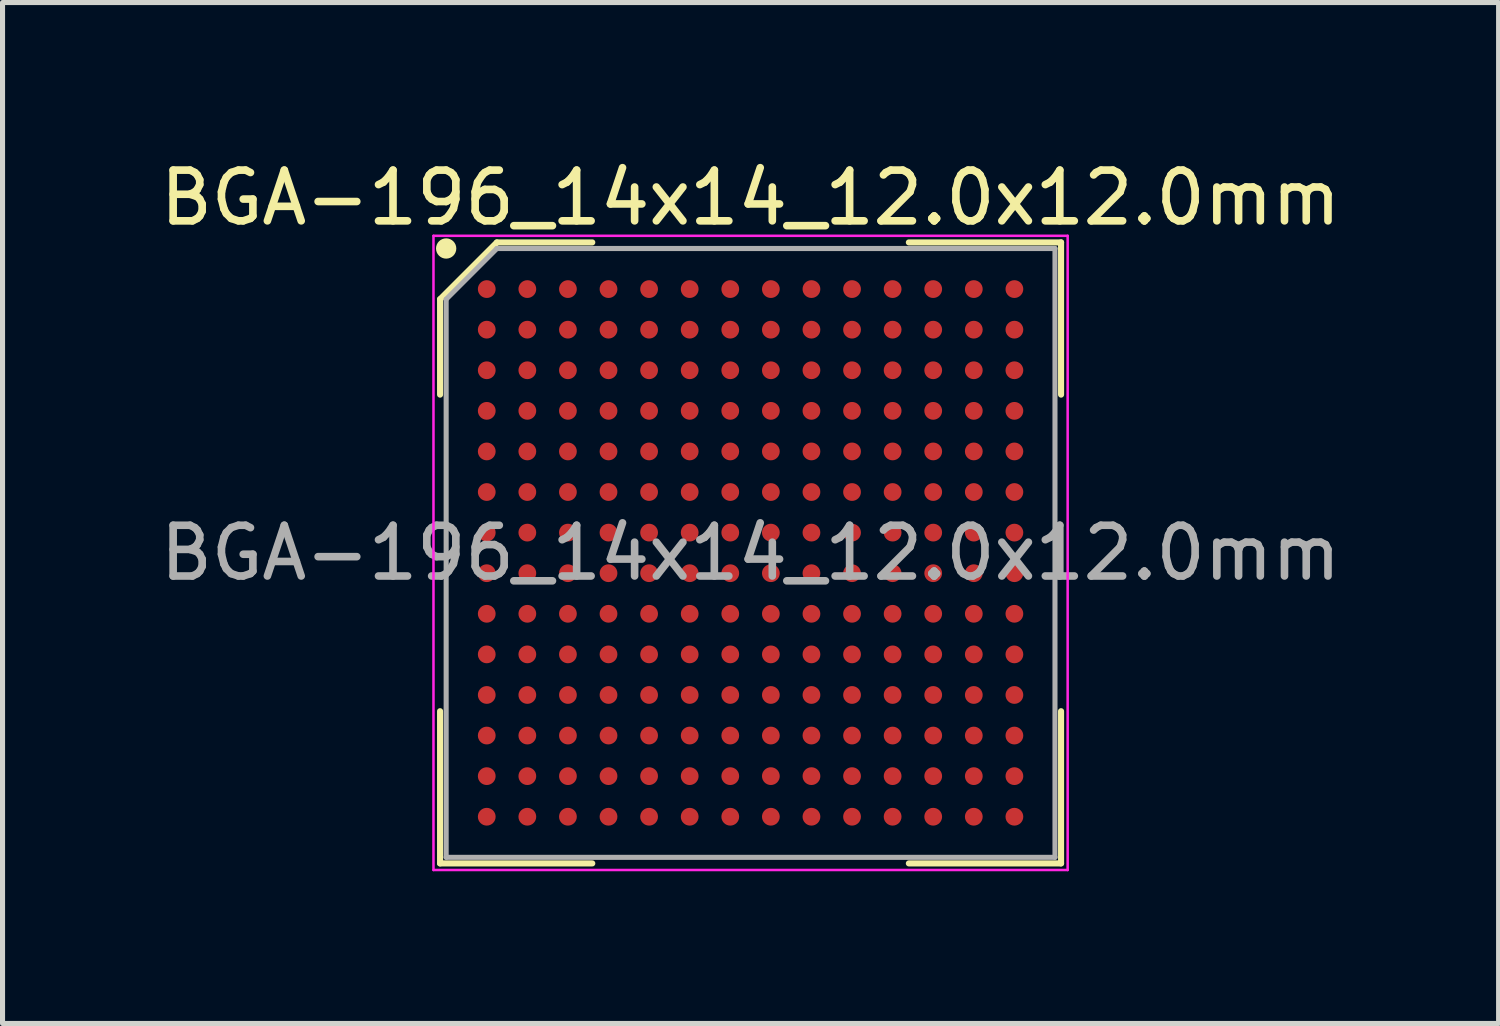
<source format=kicad_pcb>
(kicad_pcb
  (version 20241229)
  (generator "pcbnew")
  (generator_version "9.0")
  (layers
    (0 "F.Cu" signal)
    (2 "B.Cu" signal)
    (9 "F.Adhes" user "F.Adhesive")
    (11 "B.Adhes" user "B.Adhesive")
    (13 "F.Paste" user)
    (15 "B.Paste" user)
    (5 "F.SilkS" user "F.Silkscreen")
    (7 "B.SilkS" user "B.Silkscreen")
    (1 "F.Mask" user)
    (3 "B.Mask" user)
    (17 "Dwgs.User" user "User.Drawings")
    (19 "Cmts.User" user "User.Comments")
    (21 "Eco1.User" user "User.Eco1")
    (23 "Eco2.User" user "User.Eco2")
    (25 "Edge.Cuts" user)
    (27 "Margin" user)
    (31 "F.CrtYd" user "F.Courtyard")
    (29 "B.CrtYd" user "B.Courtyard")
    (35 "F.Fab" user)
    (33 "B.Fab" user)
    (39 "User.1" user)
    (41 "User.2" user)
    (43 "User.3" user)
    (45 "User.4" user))
  (footprint "BGA-196_14x14_12.0x12.0mm"
    (layer "F.Cu")
    (at 11.744 7.848)
    (property "Reference" "BGA-196_14x14_12.0x12.0mm" (at 0 -7 0) (layer "F.SilkS") (effects (font (size 1 1) (thickness 0.15))))
    (attr smd)
    (fp_line (start -6.12 -5) (end -6.12 -3.12) (stroke (width 0.12) (type default)) (layer "F.SilkS"))
    (fp_line (start -6.12 6.12) (end -6.12 3.12) (stroke (width 0.12) (type default)) (layer "F.SilkS"))
    (fp_line (start -5 -6.12) (end -6.12 -5) (stroke (width 0.12) (type default)) (layer "F.SilkS"))
    (fp_line (start -3.12 -6.12) (end -5 -6.12) (stroke (width 0.12) (type default)) (layer "F.SilkS"))
    (fp_line (start -3.12 6.12) (end -6.12 6.12) (stroke (width 0.12) (type default)) (layer "F.SilkS"))
    (fp_line (start 3.12 -6.12) (end 6.12 -6.12) (stroke (width 0.12) (type default)) (layer "F.SilkS"))
    (fp_line (start 3.12 6.12) (end 6.12 6.12) (stroke (width 0.12) (type default)) (layer "F.SilkS"))
    (fp_line (start 6.12 -6.12) (end 6.12 -3.12) (stroke (width 0.12) (type default)) (layer "F.SilkS"))
    (fp_line (start 6.12 6.12) (end 6.12 3.12) (stroke (width 0.12) (type default)) (layer "F.SilkS"))
    (fp_circle (center -6 -6) (end -6 -5.9) (stroke (width 0.2) (type default)) (fill no) (layer "F.SilkS"))
    (fp_line (start -6.25 -6.25) (end 6.25 -6.25) (stroke (width 0.05) (type default)) (layer "F.CrtYd"))
    (fp_line (start -6.25 6.25) (end -6.25 -6.25) (stroke (width 0.05) (type default)) (layer "F.CrtYd"))
    (fp_line (start 6.25 -6.25) (end 6.25 6.25) (stroke (width 0.05) (type default)) (layer "F.CrtYd"))
    (fp_line (start 6.25 6.25) (end -6.25 6.25) (stroke (width 0.05) (type default)) (layer "F.CrtYd"))
    (fp_line (start -6 -5) (end -6 6) (stroke (width 0.1) (type default)) (layer "F.Fab"))
    (fp_line (start -6 6) (end 6 6) (stroke (width 0.1) (type default)) (layer "F.Fab"))
    (fp_line (start -5 -6) (end -6 -5) (stroke (width 0.1) (type default)) (layer "F.Fab"))
    (fp_line (start 6 -6) (end -5 -6) (stroke (width 0.1) (type default)) (layer "F.Fab"))
    (fp_line (start 6 6) (end 6 -6) (stroke (width 0.1) (type default)) (layer "F.Fab"))
    (fp_text user "${REFERENCE}" (at 0 0 0) (layer "F.Fab") (effects (font (size 1 1) (thickness 0.15))))
    (pad "A1" smd circle (at -5.2 -5.2) (size 0.35 0.35) (layers "F.Cu" "F.Mask" "F.Paste"))
    (pad "A2" smd circle (at -4.4 -5.2) (size 0.35 0.35) (layers "F.Cu" "F.Mask" "F.Paste"))
    (pad "A3" smd circle (at -3.6 -5.2) (size 0.35 0.35) (layers "F.Cu" "F.Mask" "F.Paste"))
    (pad "A4" smd circle (at -2.8 -5.2) (size 0.35 0.35) (layers "F.Cu" "F.Mask" "F.Paste"))
    (pad "A5" smd circle (at -2 -5.2) (size 0.35 0.35) (layers "F.Cu" "F.Mask" "F.Paste"))
    (pad "A6" smd circle (at -1.2 -5.2) (size 0.35 0.35) (layers "F.Cu" "F.Mask" "F.Paste"))
    (pad "A7" smd circle (at -0.4 -5.2) (size 0.35 0.35) (layers "F.Cu" "F.Mask" "F.Paste"))
    (pad "A8" smd circle (at 0.4 -5.2) (size 0.35 0.35) (layers "F.Cu" "F.Mask" "F.Paste"))
    (pad "A9" smd circle (at 1.2 -5.2) (size 0.35 0.35) (layers "F.Cu" "F.Mask" "F.Paste"))
    (pad "A10" smd circle (at 2 -5.2) (size 0.35 0.35) (layers "F.Cu" "F.Mask" "F.Paste"))
    (pad "A11" smd circle (at 2.8 -5.2) (size 0.35 0.35) (layers "F.Cu" "F.Mask" "F.Paste"))
    (pad "A12" smd circle (at 3.6 -5.2) (size 0.35 0.35) (layers "F.Cu" "F.Mask" "F.Paste"))
    (pad "A13" smd circle (at 4.4 -5.2) (size 0.35 0.35) (layers "F.Cu" "F.Mask" "F.Paste"))
    (pad "A14" smd circle (at 5.2 -5.2) (size 0.35 0.35) (layers "F.Cu" "F.Mask" "F.Paste"))
    (pad "B1" smd circle (at -5.2 -4.4) (size 0.35 0.35) (layers "F.Cu" "F.Mask" "F.Paste"))
    (pad "B2" smd circle (at -4.4 -4.4) (size 0.35 0.35) (layers "F.Cu" "F.Mask" "F.Paste"))
    (pad "B3" smd circle (at -3.6 -4.4) (size 0.35 0.35) (layers "F.Cu" "F.Mask" "F.Paste"))
    (pad "B4" smd circle (at -2.8 -4.4) (size 0.35 0.35) (layers "F.Cu" "F.Mask" "F.Paste"))
    (pad "B5" smd circle (at -2 -4.4) (size 0.35 0.35) (layers "F.Cu" "F.Mask" "F.Paste"))
    (pad "B6" smd circle (at -1.2 -4.4) (size 0.35 0.35) (layers "F.Cu" "F.Mask" "F.Paste"))
    (pad "B7" smd circle (at -0.4 -4.4) (size 0.35 0.35) (layers "F.Cu" "F.Mask" "F.Paste"))
    (pad "B8" smd circle (at 0.4 -4.4) (size 0.35 0.35) (layers "F.Cu" "F.Mask" "F.Paste"))
    (pad "B9" smd circle (at 1.2 -4.4) (size 0.35 0.35) (layers "F.Cu" "F.Mask" "F.Paste"))
    (pad "B10" smd circle (at 2 -4.4) (size 0.35 0.35) (layers "F.Cu" "F.Mask" "F.Paste"))
    (pad "B11" smd circle (at 2.8 -4.4) (size 0.35 0.35) (layers "F.Cu" "F.Mask" "F.Paste"))
    (pad "B12" smd circle (at 3.6 -4.4) (size 0.35 0.35) (layers "F.Cu" "F.Mask" "F.Paste"))
    (pad "B13" smd circle (at 4.4 -4.4) (size 0.35 0.35) (layers "F.Cu" "F.Mask" "F.Paste"))
    (pad "B14" smd circle (at 5.2 -4.4) (size 0.35 0.35) (layers "F.Cu" "F.Mask" "F.Paste"))
    (pad "C1" smd circle (at -5.2 -3.6) (size 0.35 0.35) (layers "F.Cu" "F.Mask" "F.Paste"))
    (pad "C2" smd circle (at -4.4 -3.6) (size 0.35 0.35) (layers "F.Cu" "F.Mask" "F.Paste"))
    (pad "C3" smd circle (at -3.6 -3.6) (size 0.35 0.35) (layers "F.Cu" "F.Mask" "F.Paste"))
    (pad "C4" smd circle (at -2.8 -3.6) (size 0.35 0.35) (layers "F.Cu" "F.Mask" "F.Paste"))
    (pad "C5" smd circle (at -2 -3.6) (size 0.35 0.35) (layers "F.Cu" "F.Mask" "F.Paste"))
    (pad "C6" smd circle (at -1.2 -3.6) (size 0.35 0.35) (layers "F.Cu" "F.Mask" "F.Paste"))
    (pad "C7" smd circle (at -0.4 -3.6) (size 0.35 0.35) (layers "F.Cu" "F.Mask" "F.Paste"))
    (pad "C8" smd circle (at 0.4 -3.6) (size 0.35 0.35) (layers "F.Cu" "F.Mask" "F.Paste"))
    (pad "C9" smd circle (at 1.2 -3.6) (size 0.35 0.35) (layers "F.Cu" "F.Mask" "F.Paste"))
    (pad "C10" smd circle (at 2 -3.6) (size 0.35 0.35) (layers "F.Cu" "F.Mask" "F.Paste"))
    (pad "C11" smd circle (at 2.8 -3.6) (size 0.35 0.35) (layers "F.Cu" "F.Mask" "F.Paste"))
    (pad "C12" smd circle (at 3.6 -3.6) (size 0.35 0.35) (layers "F.Cu" "F.Mask" "F.Paste"))
    (pad "C13" smd circle (at 4.4 -3.6) (size 0.35 0.35) (layers "F.Cu" "F.Mask" "F.Paste"))
    (pad "C14" smd circle (at 5.2 -3.6) (size 0.35 0.35) (layers "F.Cu" "F.Mask" "F.Paste"))
    (pad "D1" smd circle (at -5.2 -2.8) (size 0.35 0.35) (layers "F.Cu" "F.Mask" "F.Paste"))
    (pad "D2" smd circle (at -4.4 -2.8) (size 0.35 0.35) (layers "F.Cu" "F.Mask" "F.Paste"))
    (pad "D3" smd circle (at -3.6 -2.8) (size 0.35 0.35) (layers "F.Cu" "F.Mask" "F.Paste"))
    (pad "D4" smd circle (at -2.8 -2.8) (size 0.35 0.35) (layers "F.Cu" "F.Mask" "F.Paste"))
    (pad "D5" smd circle (at -2 -2.8) (size 0.35 0.35) (layers "F.Cu" "F.Mask" "F.Paste"))
    (pad "D6" smd circle (at -1.2 -2.8) (size 0.35 0.35) (layers "F.Cu" "F.Mask" "F.Paste"))
    (pad "D7" smd circle (at -0.4 -2.8) (size 0.35 0.35) (layers "F.Cu" "F.Mask" "F.Paste"))
    (pad "D8" smd circle (at 0.4 -2.8) (size 0.35 0.35) (layers "F.Cu" "F.Mask" "F.Paste"))
    (pad "D9" smd circle (at 1.2 -2.8) (size 0.35 0.35) (layers "F.Cu" "F.Mask" "F.Paste"))
    (pad "D10" smd circle (at 2 -2.8) (size 0.35 0.35) (layers "F.Cu" "F.Mask" "F.Paste"))
    (pad "D11" smd circle (at 2.8 -2.8) (size 0.35 0.35) (layers "F.Cu" "F.Mask" "F.Paste"))
    (pad "D12" smd circle (at 3.6 -2.8) (size 0.35 0.35) (layers "F.Cu" "F.Mask" "F.Paste"))
    (pad "D13" smd circle (at 4.4 -2.8) (size 0.35 0.35) (layers "F.Cu" "F.Mask" "F.Paste"))
    (pad "D14" smd circle (at 5.2 -2.8) (size 0.35 0.35) (layers "F.Cu" "F.Mask" "F.Paste"))
    (pad "E1" smd circle (at -5.2 -2) (size 0.35 0.35) (layers "F.Cu" "F.Mask" "F.Paste"))
    (pad "E2" smd circle (at -4.4 -2) (size 0.35 0.35) (layers "F.Cu" "F.Mask" "F.Paste"))
    (pad "E3" smd circle (at -3.6 -2) (size 0.35 0.35) (layers "F.Cu" "F.Mask" "F.Paste"))
    (pad "E4" smd circle (at -2.8 -2) (size 0.35 0.35) (layers "F.Cu" "F.Mask" "F.Paste"))
    (pad "E5" smd circle (at -2 -2) (size 0.35 0.35) (layers "F.Cu" "F.Mask" "F.Paste"))
    (pad "E6" smd circle (at -1.2 -2) (size 0.35 0.35) (layers "F.Cu" "F.Mask" "F.Paste"))
    (pad "E7" smd circle (at -0.4 -2) (size 0.35 0.35) (layers "F.Cu" "F.Mask" "F.Paste"))
    (pad "E8" smd circle (at 0.4 -2) (size 0.35 0.35) (layers "F.Cu" "F.Mask" "F.Paste"))
    (pad "E9" smd circle (at 1.2 -2) (size 0.35 0.35) (layers "F.Cu" "F.Mask" "F.Paste"))
    (pad "E10" smd circle (at 2 -2) (size 0.35 0.35) (layers "F.Cu" "F.Mask" "F.Paste"))
    (pad "E11" smd circle (at 2.8 -2) (size 0.35 0.35) (layers "F.Cu" "F.Mask" "F.Paste"))
    (pad "E12" smd circle (at 3.6 -2) (size 0.35 0.35) (layers "F.Cu" "F.Mask" "F.Paste"))
    (pad "E13" smd circle (at 4.4 -2) (size 0.35 0.35) (layers "F.Cu" "F.Mask" "F.Paste"))
    (pad "E14" smd circle (at 5.2 -2) (size 0.35 0.35) (layers "F.Cu" "F.Mask" "F.Paste"))
    (pad "F1" smd circle (at -5.2 -1.2) (size 0.35 0.35) (layers "F.Cu" "F.Mask" "F.Paste"))
    (pad "F2" smd circle (at -4.4 -1.2) (size 0.35 0.35) (layers "F.Cu" "F.Mask" "F.Paste"))
    (pad "F3" smd circle (at -3.6 -1.2) (size 0.35 0.35) (layers "F.Cu" "F.Mask" "F.Paste"))
    (pad "F4" smd circle (at -2.8 -1.2) (size 0.35 0.35) (layers "F.Cu" "F.Mask" "F.Paste"))
    (pad "F5" smd circle (at -2 -1.2) (size 0.35 0.35) (layers "F.Cu" "F.Mask" "F.Paste"))
    (pad "F6" smd circle (at -1.2 -1.2) (size 0.35 0.35) (layers "F.Cu" "F.Mask" "F.Paste"))
    (pad "F7" smd circle (at -0.4 -1.2) (size 0.35 0.35) (layers "F.Cu" "F.Mask" "F.Paste"))
    (pad "F8" smd circle (at 0.4 -1.2) (size 0.35 0.35) (layers "F.Cu" "F.Mask" "F.Paste"))
    (pad "F9" smd circle (at 1.2 -1.2) (size 0.35 0.35) (layers "F.Cu" "F.Mask" "F.Paste"))
    (pad "F10" smd circle (at 2 -1.2) (size 0.35 0.35) (layers "F.Cu" "F.Mask" "F.Paste"))
    (pad "F11" smd circle (at 2.8 -1.2) (size 0.35 0.35) (layers "F.Cu" "F.Mask" "F.Paste"))
    (pad "F12" smd circle (at 3.6 -1.2) (size 0.35 0.35) (layers "F.Cu" "F.Mask" "F.Paste"))
    (pad "F13" smd circle (at 4.4 -1.2) (size 0.35 0.35) (layers "F.Cu" "F.Mask" "F.Paste"))
    (pad "F14" smd circle (at 5.2 -1.2) (size 0.35 0.35) (layers "F.Cu" "F.Mask" "F.Paste"))
    (pad "G1" smd circle (at -5.2 -0.4) (size 0.35 0.35) (layers "F.Cu" "F.Mask" "F.Paste"))
    (pad "G2" smd circle (at -4.4 -0.4) (size 0.35 0.35) (layers "F.Cu" "F.Mask" "F.Paste"))
    (pad "G3" smd circle (at -3.6 -0.4) (size 0.35 0.35) (layers "F.Cu" "F.Mask" "F.Paste"))
    (pad "G4" smd circle (at -2.8 -0.4) (size 0.35 0.35) (layers "F.Cu" "F.Mask" "F.Paste"))
    (pad "G5" smd circle (at -2 -0.4) (size 0.35 0.35) (layers "F.Cu" "F.Mask" "F.Paste"))
    (pad "G6" smd circle (at -1.2 -0.4) (size 0.35 0.35) (layers "F.Cu" "F.Mask" "F.Paste"))
    (pad "G7" smd circle (at -0.4 -0.4) (size 0.35 0.35) (layers "F.Cu" "F.Mask" "F.Paste"))
    (pad "G8" smd circle (at 0.4 -0.4) (size 0.35 0.35) (layers "F.Cu" "F.Mask" "F.Paste"))
    (pad "G9" smd circle (at 1.2 -0.4) (size 0.35 0.35) (layers "F.Cu" "F.Mask" "F.Paste"))
    (pad "G10" smd circle (at 2 -0.4) (size 0.35 0.35) (layers "F.Cu" "F.Mask" "F.Paste"))
    (pad "G11" smd circle (at 2.8 -0.4) (size 0.35 0.35) (layers "F.Cu" "F.Mask" "F.Paste"))
    (pad "G12" smd circle (at 3.6 -0.4) (size 0.35 0.35) (layers "F.Cu" "F.Mask" "F.Paste"))
    (pad "G13" smd circle (at 4.4 -0.4) (size 0.35 0.35) (layers "F.Cu" "F.Mask" "F.Paste"))
    (pad "G14" smd circle (at 5.2 -0.4) (size 0.35 0.35) (layers "F.Cu" "F.Mask" "F.Paste"))
    (pad "H1" smd circle (at -5.2 0.4) (size 0.35 0.35) (layers "F.Cu" "F.Mask" "F.Paste"))
    (pad "H2" smd circle (at -4.4 0.4) (size 0.35 0.35) (layers "F.Cu" "F.Mask" "F.Paste"))
    (pad "H3" smd circle (at -3.6 0.4) (size 0.35 0.35) (layers "F.Cu" "F.Mask" "F.Paste"))
    (pad "H4" smd circle (at -2.8 0.4) (size 0.35 0.35) (layers "F.Cu" "F.Mask" "F.Paste"))
    (pad "H5" smd circle (at -2 0.4) (size 0.35 0.35) (layers "F.Cu" "F.Mask" "F.Paste"))
    (pad "H6" smd circle (at -1.2 0.4) (size 0.35 0.35) (layers "F.Cu" "F.Mask" "F.Paste"))
    (pad "H7" smd circle (at -0.4 0.4) (size 0.35 0.35) (layers "F.Cu" "F.Mask" "F.Paste"))
    (pad "H8" smd circle (at 0.4 0.4) (size 0.35 0.35) (layers "F.Cu" "F.Mask" "F.Paste"))
    (pad "H9" smd circle (at 1.2 0.4) (size 0.35 0.35) (layers "F.Cu" "F.Mask" "F.Paste"))
    (pad "H10" smd circle (at 2 0.4) (size 0.35 0.35) (layers "F.Cu" "F.Mask" "F.Paste"))
    (pad "H11" smd circle (at 2.8 0.4) (size 0.35 0.35) (layers "F.Cu" "F.Mask" "F.Paste"))
    (pad "H12" smd circle (at 3.6 0.4) (size 0.35 0.35) (layers "F.Cu" "F.Mask" "F.Paste"))
    (pad "H13" smd circle (at 4.4 0.4) (size 0.35 0.35) (layers "F.Cu" "F.Mask" "F.Paste"))
    (pad "H14" smd circle (at 5.2 0.4) (size 0.35 0.35) (layers "F.Cu" "F.Mask" "F.Paste"))
    (pad "J1" smd circle (at -5.2 1.2) (size 0.35 0.35) (layers "F.Cu" "F.Mask" "F.Paste"))
    (pad "J2" smd circle (at -4.4 1.2) (size 0.35 0.35) (layers "F.Cu" "F.Mask" "F.Paste"))
    (pad "J3" smd circle (at -3.6 1.2) (size 0.35 0.35) (layers "F.Cu" "F.Mask" "F.Paste"))
    (pad "J4" smd circle (at -2.8 1.2) (size 0.35 0.35) (layers "F.Cu" "F.Mask" "F.Paste"))
    (pad "J5" smd circle (at -2 1.2) (size 0.35 0.35) (layers "F.Cu" "F.Mask" "F.Paste"))
    (pad "J6" smd circle (at -1.2 1.2) (size 0.35 0.35) (layers "F.Cu" "F.Mask" "F.Paste"))
    (pad "J7" smd circle (at -0.4 1.2) (size 0.35 0.35) (layers "F.Cu" "F.Mask" "F.Paste"))
    (pad "J8" smd circle (at 0.4 1.2) (size 0.35 0.35) (layers "F.Cu" "F.Mask" "F.Paste"))
    (pad "J9" smd circle (at 1.2 1.2) (size 0.35 0.35) (layers "F.Cu" "F.Mask" "F.Paste"))
    (pad "J10" smd circle (at 2 1.2) (size 0.35 0.35) (layers "F.Cu" "F.Mask" "F.Paste"))
    (pad "J11" smd circle (at 2.8 1.2) (size 0.35 0.35) (layers "F.Cu" "F.Mask" "F.Paste"))
    (pad "J12" smd circle (at 3.6 1.2) (size 0.35 0.35) (layers "F.Cu" "F.Mask" "F.Paste"))
    (pad "J13" smd circle (at 4.4 1.2) (size 0.35 0.35) (layers "F.Cu" "F.Mask" "F.Paste"))
    (pad "J14" smd circle (at 5.2 1.2) (size 0.35 0.35) (layers "F.Cu" "F.Mask" "F.Paste"))
    (pad "K1" smd circle (at -5.2 2) (size 0.35 0.35) (layers "F.Cu" "F.Mask" "F.Paste"))
    (pad "K2" smd circle (at -4.4 2) (size 0.35 0.35) (layers "F.Cu" "F.Mask" "F.Paste"))
    (pad "K3" smd circle (at -3.6 2) (size 0.35 0.35) (layers "F.Cu" "F.Mask" "F.Paste"))
    (pad "K4" smd circle (at -2.8 2) (size 0.35 0.35) (layers "F.Cu" "F.Mask" "F.Paste"))
    (pad "K5" smd circle (at -2 2) (size 0.35 0.35) (layers "F.Cu" "F.Mask" "F.Paste"))
    (pad "K6" smd circle (at -1.2 2) (size 0.35 0.35) (layers "F.Cu" "F.Mask" "F.Paste"))
    (pad "K7" smd circle (at -0.4 2) (size 0.35 0.35) (layers "F.Cu" "F.Mask" "F.Paste"))
    (pad "K8" smd circle (at 0.4 2) (size 0.35 0.35) (layers "F.Cu" "F.Mask" "F.Paste"))
    (pad "K9" smd circle (at 1.2 2) (size 0.35 0.35) (layers "F.Cu" "F.Mask" "F.Paste"))
    (pad "K10" smd circle (at 2 2) (size 0.35 0.35) (layers "F.Cu" "F.Mask" "F.Paste"))
    (pad "K11" smd circle (at 2.8 2) (size 0.35 0.35) (layers "F.Cu" "F.Mask" "F.Paste"))
    (pad "K12" smd circle (at 3.6 2) (size 0.35 0.35) (layers "F.Cu" "F.Mask" "F.Paste"))
    (pad "K13" smd circle (at 4.4 2) (size 0.35 0.35) (layers "F.Cu" "F.Mask" "F.Paste"))
    (pad "K14" smd circle (at 5.2 2) (size 0.35 0.35) (layers "F.Cu" "F.Mask" "F.Paste"))
    (pad "L1" smd circle (at -5.2 2.8) (size 0.35 0.35) (layers "F.Cu" "F.Mask" "F.Paste"))
    (pad "L2" smd circle (at -4.4 2.8) (size 0.35 0.35) (layers "F.Cu" "F.Mask" "F.Paste"))
    (pad "L3" smd circle (at -3.6 2.8) (size 0.35 0.35) (layers "F.Cu" "F.Mask" "F.Paste"))
    (pad "L4" smd circle (at -2.8 2.8) (size 0.35 0.35) (layers "F.Cu" "F.Mask" "F.Paste"))
    (pad "L5" smd circle (at -2 2.8) (size 0.35 0.35) (layers "F.Cu" "F.Mask" "F.Paste"))
    (pad "L6" smd circle (at -1.2 2.8) (size 0.35 0.35) (layers "F.Cu" "F.Mask" "F.Paste"))
    (pad "L7" smd circle (at -0.4 2.8) (size 0.35 0.35) (layers "F.Cu" "F.Mask" "F.Paste"))
    (pad "L8" smd circle (at 0.4 2.8) (size 0.35 0.35) (layers "F.Cu" "F.Mask" "F.Paste"))
    (pad "L9" smd circle (at 1.2 2.8) (size 0.35 0.35) (layers "F.Cu" "F.Mask" "F.Paste"))
    (pad "L10" smd circle (at 2 2.8) (size 0.35 0.35) (layers "F.Cu" "F.Mask" "F.Paste"))
    (pad "L11" smd circle (at 2.8 2.8) (size 0.35 0.35) (layers "F.Cu" "F.Mask" "F.Paste"))
    (pad "L12" smd circle (at 3.6 2.8) (size 0.35 0.35) (layers "F.Cu" "F.Mask" "F.Paste"))
    (pad "L13" smd circle (at 4.4 2.8) (size 0.35 0.35) (layers "F.Cu" "F.Mask" "F.Paste"))
    (pad "L14" smd circle (at 5.2 2.8) (size 0.35 0.35) (layers "F.Cu" "F.Mask" "F.Paste"))
    (pad "M1" smd circle (at -5.2 3.6) (size 0.35 0.35) (layers "F.Cu" "F.Mask" "F.Paste"))
    (pad "M2" smd circle (at -4.4 3.6) (size 0.35 0.35) (layers "F.Cu" "F.Mask" "F.Paste"))
    (pad "M3" smd circle (at -3.6 3.6) (size 0.35 0.35) (layers "F.Cu" "F.Mask" "F.Paste"))
    (pad "M4" smd circle (at -2.8 3.6) (size 0.35 0.35) (layers "F.Cu" "F.Mask" "F.Paste"))
    (pad "M5" smd circle (at -2 3.6) (size 0.35 0.35) (layers "F.Cu" "F.Mask" "F.Paste"))
    (pad "M6" smd circle (at -1.2 3.6) (size 0.35 0.35) (layers "F.Cu" "F.Mask" "F.Paste"))
    (pad "M7" smd circle (at -0.4 3.6) (size 0.35 0.35) (layers "F.Cu" "F.Mask" "F.Paste"))
    (pad "M8" smd circle (at 0.4 3.6) (size 0.35 0.35) (layers "F.Cu" "F.Mask" "F.Paste"))
    (pad "M9" smd circle (at 1.2 3.6) (size 0.35 0.35) (layers "F.Cu" "F.Mask" "F.Paste"))
    (pad "M10" smd circle (at 2 3.6) (size 0.35 0.35) (layers "F.Cu" "F.Mask" "F.Paste"))
    (pad "M11" smd circle (at 2.8 3.6) (size 0.35 0.35) (layers "F.Cu" "F.Mask" "F.Paste"))
    (pad "M12" smd circle (at 3.6 3.6) (size 0.35 0.35) (layers "F.Cu" "F.Mask" "F.Paste"))
    (pad "M13" smd circle (at 4.4 3.6) (size 0.35 0.35) (layers "F.Cu" "F.Mask" "F.Paste"))
    (pad "M14" smd circle (at 5.2 3.6) (size 0.35 0.35) (layers "F.Cu" "F.Mask" "F.Paste"))
    (pad "N1" smd circle (at -5.2 4.4) (size 0.35 0.35) (layers "F.Cu" "F.Mask" "F.Paste"))
    (pad "N2" smd circle (at -4.4 4.4) (size 0.35 0.35) (layers "F.Cu" "F.Mask" "F.Paste"))
    (pad "N3" smd circle (at -3.6 4.4) (size 0.35 0.35) (layers "F.Cu" "F.Mask" "F.Paste"))
    (pad "N4" smd circle (at -2.8 4.4) (size 0.35 0.35) (layers "F.Cu" "F.Mask" "F.Paste"))
    (pad "N5" smd circle (at -2 4.4) (size 0.35 0.35) (layers "F.Cu" "F.Mask" "F.Paste"))
    (pad "N6" smd circle (at -1.2 4.4) (size 0.35 0.35) (layers "F.Cu" "F.Mask" "F.Paste"))
    (pad "N7" smd circle (at -0.4 4.4) (size 0.35 0.35) (layers "F.Cu" "F.Mask" "F.Paste"))
    (pad "N8" smd circle (at 0.4 4.4) (size 0.35 0.35) (layers "F.Cu" "F.Mask" "F.Paste"))
    (pad "N9" smd circle (at 1.2 4.4) (size 0.35 0.35) (layers "F.Cu" "F.Mask" "F.Paste"))
    (pad "N10" smd circle (at 2 4.4) (size 0.35 0.35) (layers "F.Cu" "F.Mask" "F.Paste"))
    (pad "N11" smd circle (at 2.8 4.4) (size 0.35 0.35) (layers "F.Cu" "F.Mask" "F.Paste"))
    (pad "N12" smd circle (at 3.6 4.4) (size 0.35 0.35) (layers "F.Cu" "F.Mask" "F.Paste"))
    (pad "N13" smd circle (at 4.4 4.4) (size 0.35 0.35) (layers "F.Cu" "F.Mask" "F.Paste"))
    (pad "N14" smd circle (at 5.2 4.4) (size 0.35 0.35) (layers "F.Cu" "F.Mask" "F.Paste"))
    (pad "P1" smd circle (at -5.2 5.2) (size 0.35 0.35) (layers "F.Cu" "F.Mask" "F.Paste"))
    (pad "P2" smd circle (at -4.4 5.2) (size 0.35 0.35) (layers "F.Cu" "F.Mask" "F.Paste"))
    (pad "P3" smd circle (at -3.6 5.2) (size 0.35 0.35) (layers "F.Cu" "F.Mask" "F.Paste"))
    (pad "P4" smd circle (at -2.8 5.2) (size 0.35 0.35) (layers "F.Cu" "F.Mask" "F.Paste"))
    (pad "P5" smd circle (at -2 5.2) (size 0.35 0.35) (layers "F.Cu" "F.Mask" "F.Paste"))
    (pad "P6" smd circle (at -1.2 5.2) (size 0.35 0.35) (layers "F.Cu" "F.Mask" "F.Paste"))
    (pad "P7" smd circle (at -0.4 5.2) (size 0.35 0.35) (layers "F.Cu" "F.Mask" "F.Paste"))
    (pad "P8" smd circle (at 0.4 5.2) (size 0.35 0.35) (layers "F.Cu" "F.Mask" "F.Paste"))
    (pad "P9" smd circle (at 1.2 5.2) (size 0.35 0.35) (layers "F.Cu" "F.Mask" "F.Paste"))
    (pad "P10" smd circle (at 2 5.2) (size 0.35 0.35) (layers "F.Cu" "F.Mask" "F.Paste"))
    (pad "P11" smd circle (at 2.8 5.2) (size 0.35 0.35) (layers "F.Cu" "F.Mask" "F.Paste"))
    (pad "P12" smd circle (at 3.6 5.2) (size 0.35 0.35) (layers "F.Cu" "F.Mask" "F.Paste"))
    (pad "P13" smd circle (at 4.4 5.2) (size 0.35 0.35) (layers "F.Cu" "F.Mask" "F.Paste"))
    (pad "P14" smd circle (at 5.2 5.2) (size 0.35 0.35) (layers "F.Cu" "F.Mask" "F.Paste")))
  (gr_rect
    (start -3 -3)
    (end 26.488 17.123)
    (stroke (width 0.1) (type default))
    (fill no)
    (layer "Edge.Cuts")))
</source>
